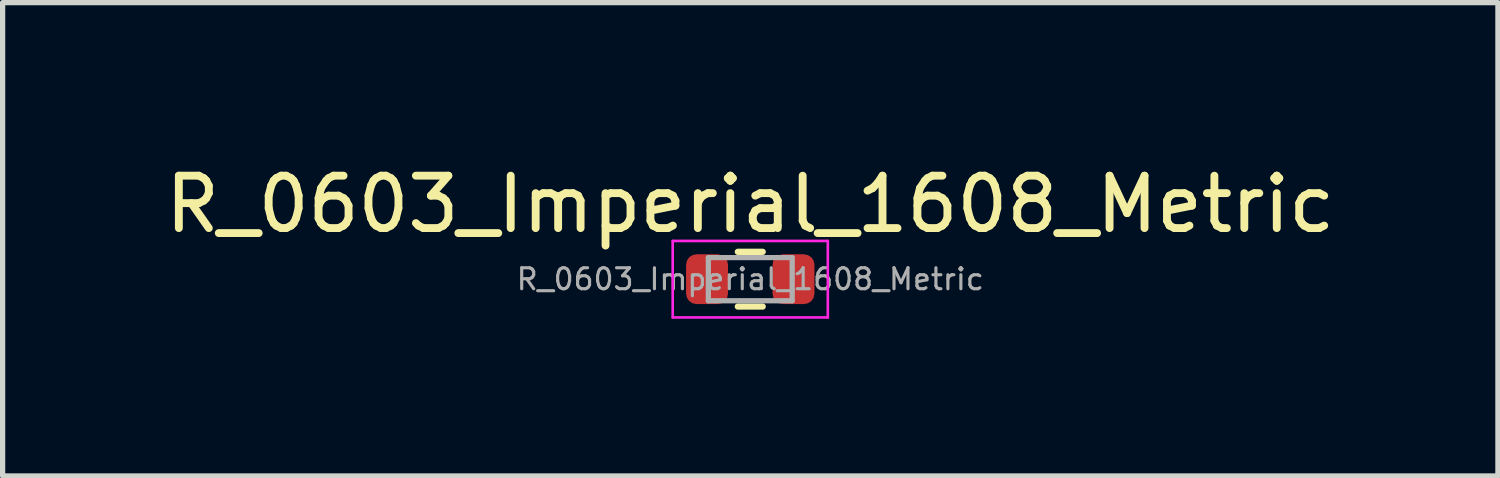
<source format=kicad_pcb>
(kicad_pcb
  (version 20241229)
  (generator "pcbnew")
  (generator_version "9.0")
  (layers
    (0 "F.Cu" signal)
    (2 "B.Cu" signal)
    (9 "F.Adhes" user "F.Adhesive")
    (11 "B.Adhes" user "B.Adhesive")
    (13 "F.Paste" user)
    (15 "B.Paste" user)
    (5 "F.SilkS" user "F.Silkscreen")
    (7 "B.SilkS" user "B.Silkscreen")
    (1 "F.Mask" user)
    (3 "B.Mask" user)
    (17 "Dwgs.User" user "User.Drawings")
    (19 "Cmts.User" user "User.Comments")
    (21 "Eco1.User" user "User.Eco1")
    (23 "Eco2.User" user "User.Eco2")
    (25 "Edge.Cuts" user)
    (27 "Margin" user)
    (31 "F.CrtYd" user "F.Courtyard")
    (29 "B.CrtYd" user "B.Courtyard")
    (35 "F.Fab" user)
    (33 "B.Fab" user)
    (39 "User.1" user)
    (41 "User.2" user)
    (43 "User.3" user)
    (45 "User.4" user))
  (footprint "R_0603_Imperial_1608_Metric"
    (layer "F.Cu")
    (at 11.268 2.278)
    (property "Reference" "R_0603_Imperial_1608_Metric" (at 0 -1.43 0) (layer "F.SilkS") (effects (font (size 1 1) (thickness 0.15))))
    (attr smd)
    (fp_line (start -0.237 -0.522) (end 0.237 -0.522) (stroke (width 0.12) (type solid)) (layer "F.SilkS"))
    (fp_line (start -0.237 0.522) (end 0.237 0.522) (stroke (width 0.12) (type solid)) (layer "F.SilkS"))
    (fp_line (start -1.48 -0.73) (end 1.48 -0.73) (stroke (width 0.05) (type solid)) (layer "F.CrtYd"))
    (fp_line (start -1.48 0.73) (end -1.48 -0.73) (stroke (width 0.05) (type solid)) (layer "F.CrtYd"))
    (fp_line (start 1.48 -0.73) (end 1.48 0.73) (stroke (width 0.05) (type solid)) (layer "F.CrtYd"))
    (fp_line (start 1.48 0.73) (end -1.48 0.73) (stroke (width 0.05) (type solid)) (layer "F.CrtYd"))
    (fp_line (start -0.8 -0.412) (end 0.8 -0.412) (stroke (width 0.1) (type solid)) (layer "F.Fab"))
    (fp_line (start -0.8 0.412) (end -0.8 -0.412) (stroke (width 0.1) (type solid)) (layer "F.Fab"))
    (fp_line (start 0.8 -0.412) (end 0.8 0.412) (stroke (width 0.1) (type solid)) (layer "F.Fab"))
    (fp_line (start 0.8 0.412) (end -0.8 0.412) (stroke (width 0.1) (type solid)) (layer "F.Fab"))
    (fp_text user "${REFERENCE}" (at 0 0 0) (layer "F.Fab") (effects (font (size 0.4 0.4) (thickness 0.06))))
    (pad "1" smd roundrect (at -0.825 0) (size 0.8 0.95) (layers "F.Cu" "F.Mask" "F.Paste") (roundrect_rratio 0.25))
    (pad "2" smd roundrect (at 0.825 0) (size 0.8 0.95) (layers "F.Cu" "F.Mask" "F.Paste") (roundrect_rratio 0.25)))
  (gr_rect
    (start -3 -3)
    (end 25.536 6.033)
    (stroke (width 0.1) (type default))
    (fill no)
    (layer "Edge.Cuts")))
</source>
